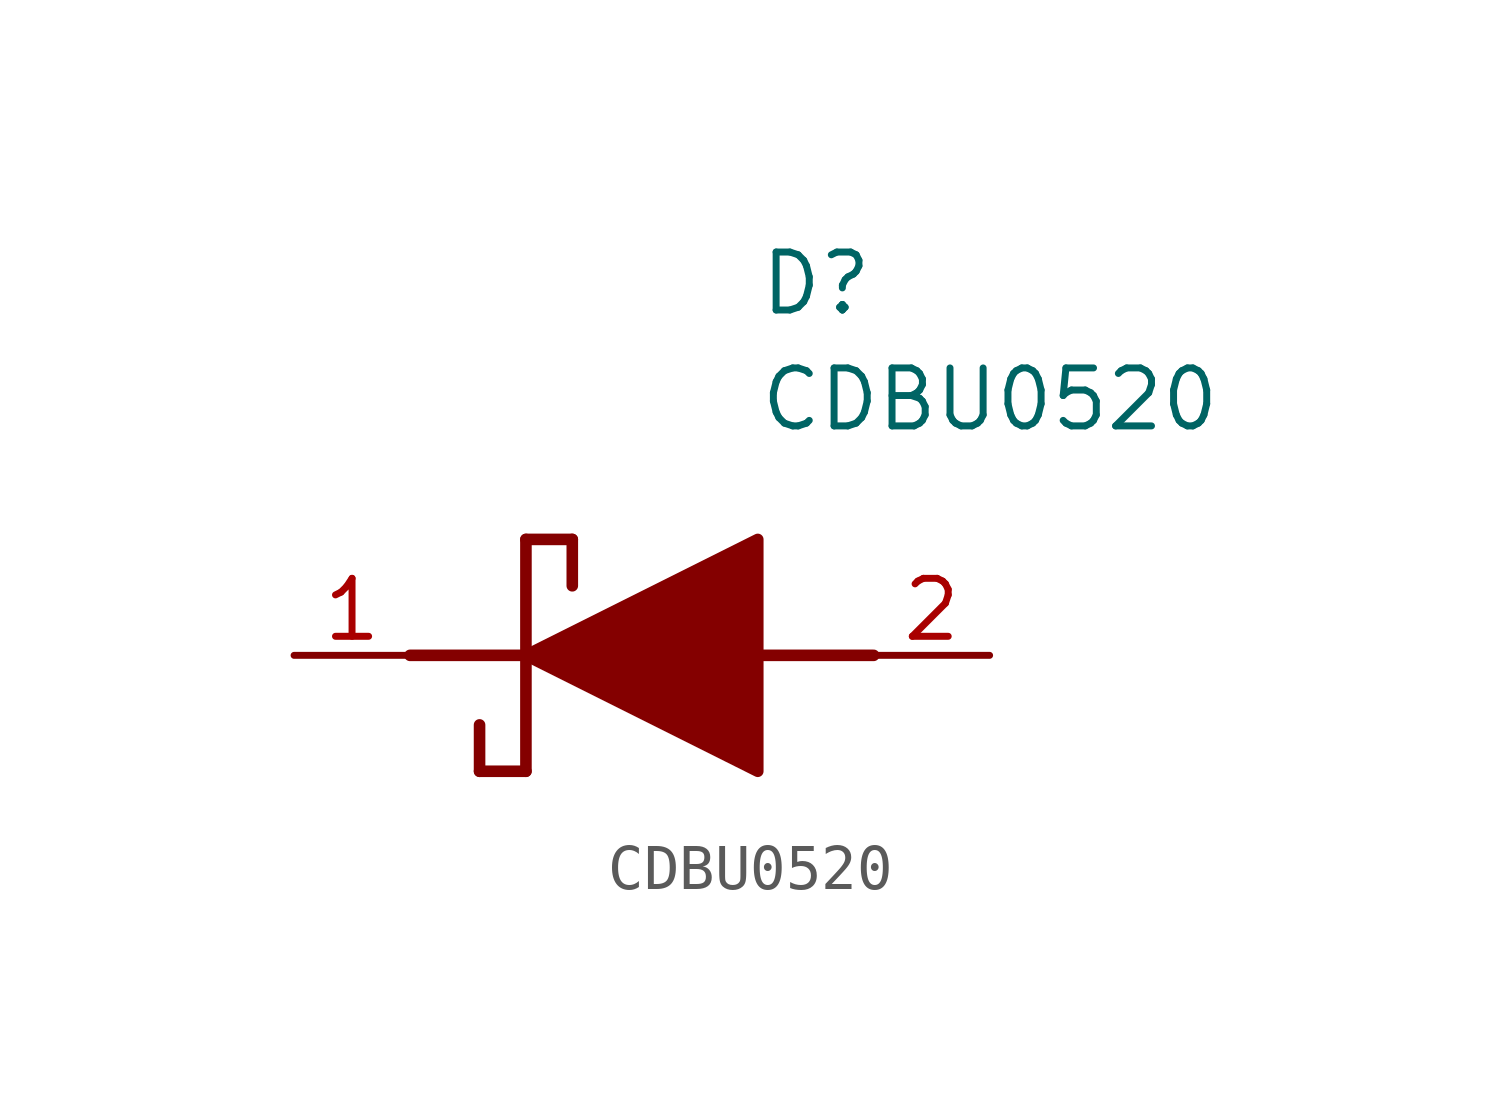
<source format=kicad_sym>
(kicad_symbol_lib
  (version 20211014)
  (generator SamacSys_ECAD_Model)
  (symbol "CDBU0520"
    (pin_names hide)
    (property "Reference" "D"
      (at 12.7 8.89 0)
      (effects (font (size 1.27 1.27)) (justify left top)))
    (property "Value" "CDBU0520"
      (at 12.7 6.35 0)
      (effects (font (size 1.27 1.27)) (justify left top)))
    (polyline
      (pts (xy 7.62 2.54) (xy 7.62 -2.54))
      (stroke (width 0.254) (type default))
      (fill (type none)))
    (polyline
      (pts (xy 7.62 2.54) (xy 8.636 2.54))
      (stroke (width 0.254) (type default))
      (fill (type none)))
    (polyline
      (pts (xy 8.636 1.524) (xy 8.636 2.54))
      (stroke (width 0.254) (type default))
      (fill (type none)))
    (polyline
      (pts (xy 7.62 -2.54) (xy 6.604 -2.54))
      (stroke (width 0.254) (type default))
      (fill (type none)))
    (polyline
      (pts (xy 6.604 -1.524) (xy 6.604 -2.54))
      (stroke (width 0.254) (type default))
      (fill (type none)))
    (polyline
      (pts (xy 5.08 0) (xy 7.62 0))
      (stroke (width 0.254) (type default))
      (fill (type none)))
    (polyline
      (pts (xy 12.7 0) (xy 15.24 0))
      (stroke (width 0.254) (type default))
      (fill (type none)))
    (polyline
      (pts (xy 7.62 0) (xy 12.7 2.54) (xy 12.7 -2.54) (xy 7.62 0))
      (stroke (width 0.254) (type default))
      (fill (type outline)))
    (pin passive line
      (at 2.54 0 0)
      (length 2.54)
      (name "K" (effects (font (size 1.27 1.27))))
      (number "1" (effects (font (size 1.27 1.27)))))
    (pin passive line
      (at 17.78 0 180)
      (length 2.54)
      (name "A" (effects (font (size 1.27 1.27))))
      (number "2" (effects (font (size 1.27 1.27)))))))
</source>
